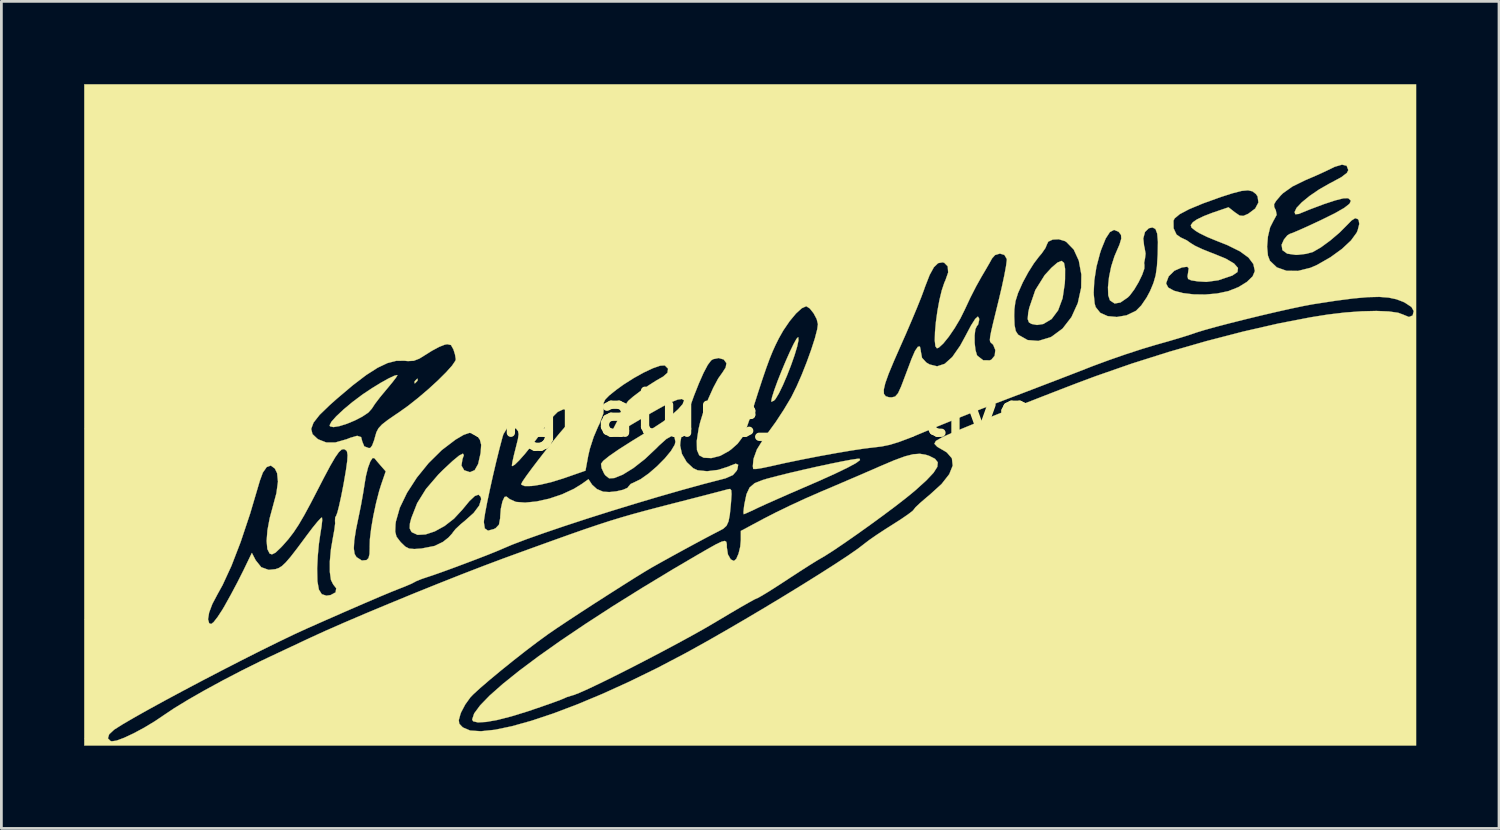
<source format=kicad_pcb>
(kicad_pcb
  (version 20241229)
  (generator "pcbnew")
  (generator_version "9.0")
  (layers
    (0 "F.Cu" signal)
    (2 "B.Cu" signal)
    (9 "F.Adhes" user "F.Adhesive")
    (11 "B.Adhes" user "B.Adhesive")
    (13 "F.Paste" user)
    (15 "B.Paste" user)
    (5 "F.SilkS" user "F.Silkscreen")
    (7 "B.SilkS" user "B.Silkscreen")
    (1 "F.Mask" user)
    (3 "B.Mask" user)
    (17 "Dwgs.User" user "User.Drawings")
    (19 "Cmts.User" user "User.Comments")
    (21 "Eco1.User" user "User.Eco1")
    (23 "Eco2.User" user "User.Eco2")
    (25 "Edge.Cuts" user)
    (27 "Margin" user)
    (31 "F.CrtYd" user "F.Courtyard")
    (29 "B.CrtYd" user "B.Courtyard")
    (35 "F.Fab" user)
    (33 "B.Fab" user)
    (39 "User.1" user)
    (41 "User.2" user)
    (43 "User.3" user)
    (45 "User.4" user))
  (footprint "signature_positive"
    (layer "F.Cu")
    (at 24.135 11.943)
    (property "Reference" "signature_positive" (at 0 0 0) (layer "F.SilkS") (effects (font (size 1.524 1.524) (thickness 0.3))))
    (attr through_hole)
    (fp_poly (pts (xy -12.049 -1.215) (xy -12.065 -1.185) (xy -12.145 -1.104) (xy -12.16 -1.101) (xy -12.165 -1.155) (xy -12.15 -1.185) (xy -12.07 -1.266) (xy -12.055 -1.27) (xy -12.049 -1.215)) (stroke (width 0.01) (type solid)) (fill yes) (layer "F.SilkS"))
    (fp_poly (pts (xy 11.372 -5.468) (xy 11.411 -5.254) (xy 11.409 -4.887) (xy 11.401 -4.733) (xy 11.321 -4.187) (xy 11.158 -3.748) (xy 10.922 -3.432) (xy 10.623 -3.253) (xy 10.394 -3.217) (xy 10.198 -3.254) (xy 10.102 -3.31) (xy 10.056 -3.431) (xy 10.075 -3.659) (xy 10.113 -3.839) (xy 10.333 -4.482) (xy 10.672 -5.023) (xy 10.918 -5.291) (xy 11.134 -5.477) (xy 11.282 -5.539) (xy 11.372 -5.468)) (stroke (width 0.01) (type solid)) (fill yes) (layer "F.SilkS"))
    (fp_poly (pts (xy 1.741 -2.774) (xy 1.75 -2.66) (xy 1.7 -2.429) (xy 1.605 -2.115) (xy 1.478 -1.753) (xy 1.332 -1.379) (xy 1.181 -1.028) (xy 1.039 -0.736) (xy 0.918 -0.536) (xy 0.858 -0.472) (xy 0.771 -0.438) (xy 0.762 -0.447) (xy 0.792 -0.601) (xy 0.873 -0.856) (xy 0.991 -1.18) (xy 1.134 -1.54) (xy 1.287 -1.905) (xy 1.437 -2.243) (xy 1.571 -2.522) (xy 1.676 -2.711) (xy 1.737 -2.776) (xy 1.741 -2.774)) (stroke (width 0.01) (type solid)) (fill yes) (layer "F.SilkS"))
    (fp_poly (pts (xy -12.785 -1.392) (xy -12.836 -1.308) (xy -12.972 -1.132) (xy -13.164 -0.9) (xy -13.197 -0.861) (xy -13.416 -0.597) (xy -13.599 -0.356) (xy -13.709 -0.188) (xy -13.713 -0.182) (xy -13.837 -0.044) (xy -14.054 0.102) (xy -14.326 0.243) (xy -14.615 0.363) (xy -14.886 0.448) (xy -15.102 0.484) (xy -15.225 0.456) (xy -15.24 0.417) (xy -15.175 0.29) (xy -14.998 0.091) (xy -14.735 -0.155) (xy -14.414 -0.423) (xy -14.061 -0.688) (xy -14.012 -0.722) (xy -13.699 -0.93) (xy -13.39 -1.12) (xy -13.115 -1.273) (xy -12.906 -1.373) (xy -12.795 -1.403) (xy -12.785 -1.392)) (stroke (width 0.01) (type solid)) (fill yes) (layer "F.SilkS"))
    (fp_poly (pts (xy 3.98 1.679) (xy 3.836 1.786) (xy 3.534 1.95) (xy 3.074 2.172) (xy 2.457 2.45) (xy 1.897 2.692) (xy 1.438 2.891) (xy 0.995 3.086) (xy 0.608 3.258) (xy 0.321 3.389) (xy 0.252 3.422) (xy 0.005 3.539) (xy -0.173 3.618) (xy -0.235 3.641) (xy -0.244 3.566) (xy -0.225 3.379) (xy -0.211 3.281) (xy -0.134 2.915) (xy -0.022 2.674) (xy 0.161 2.517) (xy 0.455 2.4) (xy 0.593 2.359) (xy 0.978 2.257) (xy 1.431 2.145) (xy 1.922 2.03) (xy 2.42 1.918) (xy 2.895 1.816) (xy 3.318 1.73) (xy 3.659 1.666) (xy 3.887 1.632) (xy 3.966 1.63) (xy 3.98 1.679)) (stroke (width 0.01) (type solid)) (fill yes) (layer "F.SilkS"))
    (fp_poly (pts (xy 6.365 1.487) (xy 6.491 1.529) (xy 6.698 1.634) (xy 6.797 1.76) (xy 6.781 1.923) (xy 6.645 2.137) (xy 6.382 2.416) (xy 5.986 2.774) (xy 5.938 2.815) (xy 5.653 3.048) (xy 5.277 3.34) (xy 4.837 3.669) (xy 4.364 4.015) (xy 3.885 4.357) (xy 3.431 4.674) (xy 3.03 4.946) (xy 2.711 5.15) (xy 2.54 5.25) (xy 2.393 5.336) (xy 2.138 5.495) (xy 1.807 5.707) (xy 1.432 5.951) (xy 1.32 6.025) (xy 0.954 6.263) (xy 0.638 6.463) (xy 0.397 6.608) (xy 0.261 6.683) (xy 0.242 6.689) (xy 0.151 6.73) (xy -0.061 6.847) (xy -0.372 7.025) (xy -0.757 7.251) (xy -1.193 7.511) (xy -1.248 7.544) (xy -1.644 7.776) (xy -2.123 8.044) (xy -2.66 8.337) (xy -3.234 8.643) (xy -3.823 8.951) (xy -4.403 9.249) (xy -4.954 9.526) (xy -5.451 9.771) (xy -5.873 9.971) (xy -6.198 10.116) (xy -6.402 10.194) (xy -6.434 10.202) (xy -6.648 10.269) (xy -6.747 10.314) (xy -6.88 10.369) (xy -7.14 10.465) (xy -7.495 10.59) (xy -7.91 10.732) (xy -8.07 10.786) (xy -8.651 10.965) (xy -9.155 11.094) (xy -9.567 11.168) (xy -9.867 11.185) (xy -10.04 11.144) (xy -10.075 11.08) (xy -10.002 10.86) (xy -9.786 10.568) (xy -9.437 10.208) (xy -8.962 9.788) (xy -8.369 9.312) (xy -7.667 8.787) (xy -6.863 8.219) (xy -5.965 7.614) (xy -4.983 6.977) (xy -3.922 6.315) (xy -2.793 5.632) (xy -1.968 5.148) (xy -1.541 4.901) (xy -1.239 4.732) (xy -1.04 4.637) (xy -0.923 4.608) (xy -0.867 4.64) (xy -0.848 4.728) (xy -0.847 4.842) (xy -0.807 5.098) (xy -0.705 5.278) (xy -0.589 5.334) (xy -0.504 5.259) (xy -0.422 5.069) (xy -0.361 4.818) (xy -0.339 4.575) (xy -0.339 4.246) (xy 0.529 3.782) (xy 0.952 3.566) (xy 1.467 3.317) (xy 2.012 3.066) (xy 2.522 2.843) (xy 2.54 2.835) (xy 3.07 2.61) (xy 3.662 2.356) (xy 4.243 2.106) (xy 4.725 1.896) (xy 5.227 1.683) (xy 5.611 1.543) (xy 5.907 1.468) (xy 6.148 1.451) (xy 6.365 1.487)) (stroke (width 0.01) (type solid)) (fill yes) (layer "F.SilkS"))
    (fp_poly (pts (xy 24.13 12.023) (xy -24.13 12.023) (xy -24.13 11.762) (xy -23.275 11.762) (xy -23.182 11.857) (xy -23.135 11.87) (xy -22.965 11.846) (xy -22.69 11.744) (xy -22.343 11.582) (xy -21.96 11.376) (xy -21.574 11.143) (xy -21.251 10.925) (xy -20.867 10.668) (xy -20.359 10.359) (xy -19.761 10.017) (xy -19.103 9.659) (xy -18.419 9.303) (xy -17.74 8.966) (xy -17.484 8.844) (xy -17.048 8.639) (xy -16.615 8.435) (xy -16.234 8.256) (xy -15.96 8.127) (xy -15.402 7.872) (xy -14.716 7.571) (xy -13.934 7.237) (xy -13.086 6.883) (xy -12.204 6.52) (xy -11.318 6.163) (xy -10.46 5.823) (xy -9.66 5.514) (xy -8.949 5.247) (xy -8.848 5.21) (xy -7.957 4.886) (xy -7.203 4.614) (xy -6.563 4.385) (xy -6.013 4.192) (xy -5.53 4.029) (xy -5.093 3.887) (xy -4.677 3.76) (xy -4.262 3.64) (xy -3.822 3.52) (xy -3.337 3.392) (xy -2.783 3.249) (xy -2.667 3.22) (xy -2.147 3.086) (xy -1.676 2.965) (xy -1.281 2.862) (xy -0.989 2.786) (xy -0.828 2.743) (xy -0.812 2.738) (xy -0.729 2.725) (xy -0.686 2.772) (xy -0.676 2.911) (xy -0.693 3.178) (xy -0.7 3.271) (xy -0.738 3.651) (xy -0.785 3.9) (xy -0.858 4.059) (xy -0.975 4.166) (xy -1.125 4.247) (xy -1.316 4.345) (xy -1.62 4.505) (xy -1.999 4.708) (xy -2.418 4.935) (xy -2.84 5.166) (xy -3.23 5.382) (xy -3.551 5.562) (xy -3.556 5.565) (xy -3.812 5.717) (xy -4.179 5.943) (xy -4.626 6.225) (xy -5.123 6.541) (xy -5.641 6.873) (xy -6.148 7.202) (xy -6.614 7.508) (xy -7.009 7.771) (xy -7.303 7.973) (xy -7.324 7.987) (xy -7.709 8.268) (xy -8.141 8.596) (xy -8.591 8.949) (xy -9.033 9.305) (xy -9.439 9.642) (xy -9.782 9.937) (xy -10.034 10.167) (xy -10.136 10.272) (xy -10.325 10.534) (xy -10.475 10.818) (xy -10.501 10.888) (xy -10.56 11.102) (xy -10.543 11.231) (xy -10.434 11.347) (xy -10.404 11.371) (xy -10.148 11.48) (xy -9.758 11.505) (xy -9.249 11.452) (xy -8.632 11.323) (xy -7.921 11.124) (xy -7.127 10.859) (xy -6.263 10.531) (xy -5.341 10.146) (xy -4.375 9.706) (xy -3.376 9.218) (xy -2.357 8.684) (xy -2.182 8.588) (xy -1.554 8.239) (xy -0.879 7.853) (xy -0.177 7.444) (xy 0.534 7.022) (xy 1.235 6.599) (xy 1.905 6.188) (xy 2.526 5.8) (xy 3.079 5.447) (xy 3.544 5.141) (xy 3.901 4.893) (xy 4.133 4.715) (xy 4.149 4.702) (xy 4.309 4.58) (xy 4.572 4.397) (xy 4.898 4.183) (xy 5.143 4.028) (xy 5.461 3.825) (xy 5.716 3.65) (xy 5.881 3.525) (xy 5.927 3.473) (xy 5.988 3.393) (xy 6.153 3.237) (xy 6.391 3.032) (xy 6.506 2.937) (xy 6.935 2.547) (xy 7.213 2.192) (xy 7.339 1.88) (xy 7.309 1.614) (xy 7.124 1.401) (xy 7.035 1.346) (xy 6.778 1.197) (xy 6.675 1.087) (xy 6.727 0.987) (xy 6.935 0.866) (xy 7.039 0.816) (xy 7.291 0.704) (xy 7.676 0.542) (xy 8.166 0.341) (xy 8.736 0.11) (xy 9.359 -0.139) (xy 10.01 -0.397) (xy 10.662 -0.652) (xy 11.288 -0.895) (xy 11.863 -1.116) (xy 12.361 -1.302) (xy 12.531 -1.365) (xy 13.83 -1.817) (xy 15.175 -2.242) (xy 16.531 -2.632) (xy 17.862 -2.977) (xy 19.133 -3.268) (xy 20.31 -3.495) (xy 20.936 -3.595) (xy 21.558 -3.669) (xy 22.151 -3.712) (xy 22.689 -3.725) (xy 23.142 -3.707) (xy 23.481 -3.659) (xy 23.664 -3.591) (xy 23.872 -3.506) (xy 24.005 -3.561) (xy 24.045 -3.721) (xy 23.963 -3.868) (xy 23.724 -4.026) (xy 23.665 -4.055) (xy 23.418 -4.149) (xy 23.135 -4.209) (xy 22.795 -4.235) (xy 22.377 -4.225) (xy 21.859 -4.179) (xy 21.22 -4.096) (xy 20.439 -3.976) (xy 20.405 -3.971) (xy 20.066 -3.908) (xy 19.618 -3.814) (xy 19.093 -3.697) (xy 18.524 -3.564) (xy 17.945 -3.423) (xy 17.386 -3.283) (xy 16.882 -3.151) (xy 16.465 -3.035) (xy 16.167 -2.944) (xy 16.087 -2.915) (xy 15.893 -2.85) (xy 15.578 -2.752) (xy 15.183 -2.635) (xy 14.749 -2.512) (xy 14.692 -2.496) (xy 14.195 -2.347) (xy 13.609 -2.156) (xy 12.999 -1.944) (xy 12.432 -1.735) (xy 12.321 -1.692) (xy 11.835 -1.502) (xy 11.239 -1.272) (xy 10.584 -1.021) (xy 9.921 -0.767) (xy 9.298 -0.531) (xy 9.271 -0.52) (xy 8.659 -0.286) (xy 8.013 -0.033) (xy 7.378 0.219) (xy 6.804 0.452) (xy 6.337 0.646) (xy 6.308 0.658) (xy 5.793 0.872) (xy 5.39 1.023) (xy 5.061 1.124) (xy 4.766 1.185) (xy 4.485 1.219) (xy 4.141 1.26) (xy 3.67 1.331) (xy 3.11 1.426) (xy 2.498 1.537) (xy 1.873 1.659) (xy 1.272 1.783) (xy 0.732 1.904) (xy 0.731 1.904) (xy 0.438 1.966) (xy 0.217 2.001) (xy 0.111 2.001) (xy 0.109 2) (xy 0.096 1.898) (xy 0.114 1.695) (xy 0.125 1.621) (xy 0.243 1.295) (xy 0.503 0.877) (xy 0.653 0.676) (xy 0.929 0.296) (xy 1.22 -0.149) (xy 1.471 -0.569) (xy 1.5 -0.621) (xy 1.625 -0.874) (xy 4.84 -0.874) (xy 4.846 -0.72) (xy 4.911 -0.634) (xy 5.032 -0.597) (xy 5.13 -0.593) (xy 5.254 -0.624) (xy 5.358 -0.743) (xy 5.468 -0.983) (xy 5.497 -1.058) (xy 5.636 -1.426) (xy 5.786 -1.824) (xy 5.848 -1.99) (xy 5.973 -2.277) (xy 6.077 -2.428) (xy 6.15 -2.436) (xy 6.181 -2.291) (xy 6.182 -2.265) (xy 6.226 -2.027) (xy 6.38 -1.858) (xy 6.501 -1.786) (xy 6.774 -1.719) (xy 7.047 -1.808) (xy 7.324 -2.057) (xy 7.611 -2.469) (xy 7.796 -2.809) (xy 8.004 -3.201) (xy 8.155 -3.438) (xy 8.251 -3.523) (xy 8.294 -3.458) (xy 8.297 -3.397) (xy 8.26 -3.233) (xy 8.213 -3.175) (xy 8.158 -3.059) (xy 8.133 -2.836) (xy 8.134 -2.567) (xy 8.163 -2.31) (xy 8.216 -2.128) (xy 8.234 -2.1) (xy 8.445 -1.938) (xy 8.682 -1.936) (xy 8.742 -1.962) (xy 8.86 -2.104) (xy 8.883 -2.31) (xy 8.806 -2.498) (xy 8.772 -2.533) (xy 8.727 -2.569) (xy 8.696 -2.609) (xy 8.685 -2.675) (xy 8.696 -2.791) (xy 8.732 -2.981) (xy 8.798 -3.266) (xy 8.867 -3.55) (xy 9.567 -3.55) (xy 9.58 -3.21) (xy 9.623 -2.997) (xy 9.707 -2.868) (xy 9.716 -2.861) (xy 10.053 -2.67) (xy 10.44 -2.639) (xy 10.869 -2.768) (xy 10.927 -2.796) (xy 11.321 -3.087) (xy 11.642 -3.503) (xy 11.871 -4.007) (xy 11.95 -4.366) (xy 12.446 -4.366) (xy 12.482 -3.993) (xy 12.52 -3.864) (xy 12.684 -3.658) (xy 12.954 -3.537) (xy 13.287 -3.506) (xy 13.64 -3.567) (xy 13.97 -3.725) (xy 13.988 -3.738) (xy 14.172 -3.925) (xy 14.367 -4.212) (xy 14.49 -4.443) (xy 14.605 -4.716) (xy 15.073 -4.716) (xy 15.149 -4.572) (xy 15.361 -4.456) (xy 15.676 -4.373) (xy 16.061 -4.326) (xy 16.486 -4.32) (xy 16.916 -4.357) (xy 17.322 -4.442) (xy 17.337 -4.447) (xy 17.696 -4.59) (xy 17.998 -4.776) (xy 18.207 -4.978) (xy 18.288 -5.17) (xy 18.288 -5.175) (xy 18.232 -5.427) (xy 18.057 -5.66) (xy 17.749 -5.885) (xy 17.408 -6.054) (xy 18.731 -6.054) (xy 18.761 -5.732) (xy 18.833 -5.543) (xy 19.084 -5.304) (xy 19.434 -5.181) (xy 19.852 -5.176) (xy 20.31 -5.291) (xy 20.548 -5.396) (xy 21.028 -5.671) (xy 21.445 -5.973) (xy 21.771 -6.278) (xy 21.976 -6.559) (xy 22.014 -6.649) (xy 22.072 -6.878) (xy 22.05 -7.013) (xy 22.015 -7.056) (xy 21.923 -7.087) (xy 21.792 -7.004) (xy 21.646 -6.855) (xy 21.357 -6.565) (xy 21.018 -6.277) (xy 20.681 -6.03) (xy 20.399 -5.867) (xy 20.38 -5.858) (xy 20.141 -5.794) (xy 19.844 -5.759) (xy 19.769 -5.757) (xy 19.46 -5.802) (xy 19.286 -5.929) (xy 19.257 -6.123) (xy 19.342 -6.313) (xy 19.464 -6.462) (xy 19.557 -6.519) (xy 19.659 -6.554) (xy 19.883 -6.649) (xy 20.199 -6.79) (xy 20.577 -6.966) (xy 20.698 -7.023) (xy 21.188 -7.265) (xy 21.525 -7.458) (xy 21.716 -7.607) (xy 21.769 -7.718) (xy 21.69 -7.797) (xy 21.654 -7.812) (xy 21.494 -7.806) (xy 21.2 -7.732) (xy 20.791 -7.597) (xy 20.285 -7.407) (xy 19.875 -7.24) (xy 19.753 -7.23) (xy 19.727 -7.307) (xy 19.798 -7.459) (xy 19.99 -7.662) (xy 20.273 -7.893) (xy 20.617 -8.128) (xy 20.992 -8.342) (xy 21.07 -8.382) (xy 21.426 -8.575) (xy 21.624 -8.728) (xy 21.674 -8.829) (xy 21.615 -8.986) (xy 21.446 -9.027) (xy 21.181 -8.949) (xy 21.093 -8.906) (xy 20.852 -8.789) (xy 20.521 -8.638) (xy 20.166 -8.485) (xy 20.122 -8.467) (xy 19.65 -8.236) (xy 19.308 -7.993) (xy 19.222 -7.907) (xy 19.056 -7.712) (xy 18.984 -7.592) (xy 18.988 -7.493) (xy 19.048 -7.369) (xy 19.077 -7.206) (xy 18.975 -7.017) (xy 18.969 -7.009) (xy 18.841 -6.756) (xy 18.76 -6.416) (xy 18.731 -6.054) (xy 17.408 -6.054) (xy 17.295 -6.11) (xy 16.874 -6.277) (xy 16.564 -6.405) (xy 16.284 -6.542) (xy 16.145 -6.625) (xy 15.992 -6.746) (xy 15.966 -6.834) (xy 16.041 -6.939) (xy 16.186 -7.04) (xy 16.439 -7.162) (xy 16.746 -7.281) (xy 16.754 -7.284) (xy 17.333 -7.481) (xy 17.565 -7.299) (xy 17.736 -7.182) (xy 17.87 -7.169) (xy 18.046 -7.245) (xy 18.3 -7.435) (xy 18.417 -7.655) (xy 18.387 -7.876) (xy 18.325 -7.964) (xy 18.204 -8.059) (xy 18.041 -8.097) (xy 17.809 -8.075) (xy 17.477 -7.99) (xy 17.06 -7.856) (xy 16.403 -7.62) (xy 15.906 -7.413) (xy 15.567 -7.234) (xy 15.38 -7.079) (xy 15.339 -6.997) (xy 15.343 -6.719) (xy 15.448 -6.495) (xy 15.6 -6.388) (xy 15.817 -6.286) (xy 15.96 -6.185) (xy 16.119 -6.087) (xy 16.386 -5.962) (xy 16.71 -5.832) (xy 16.777 -5.808) (xy 17.232 -5.622) (xy 17.533 -5.445) (xy 17.676 -5.282) (xy 17.658 -5.136) (xy 17.476 -5.011) (xy 17.462 -5.005) (xy 16.966 -4.838) (xy 16.533 -4.778) (xy 16.227 -4.796) (xy 15.983 -4.834) (xy 15.869 -4.884) (xy 15.847 -4.98) (xy 15.867 -5.103) (xy 15.89 -5.272) (xy 15.837 -5.327) (xy 15.665 -5.305) (xy 15.642 -5.301) (xy 15.372 -5.183) (xy 15.165 -4.979) (xy 15.074 -4.738) (xy 15.073 -4.716) (xy 14.605 -4.716) (xy 14.614 -4.739) (xy 14.694 -5.018) (xy 14.74 -5.343) (xy 14.767 -5.775) (xy 14.767 -5.781) (xy 14.775 -6.229) (xy 14.749 -6.528) (xy 14.686 -6.696) (xy 14.577 -6.751) (xy 14.446 -6.723) (xy 14.306 -6.587) (xy 14.244 -6.352) (xy 14.275 -6.075) (xy 14.288 -6.034) (xy 14.327 -5.803) (xy 14.307 -5.63) (xy 14.274 -5.464) (xy 14.285 -5.392) (xy 14.282 -5.258) (xy 14.204 -5.034) (xy 14.074 -4.766) (xy 13.916 -4.501) (xy 13.755 -4.286) (xy 13.685 -4.216) (xy 13.417 -4.031) (xy 13.207 -3.995) (xy 13.038 -4.107) (xy 13.037 -4.108) (xy 12.975 -4.29) (xy 12.965 -4.585) (xy 13.003 -4.948) (xy 13.082 -5.335) (xy 13.198 -5.7) (xy 13.248 -5.818) (xy 13.385 -6.136) (xy 13.447 -6.344) (xy 13.438 -6.479) (xy 13.362 -6.581) (xy 13.34 -6.6) (xy 13.185 -6.663) (xy 13.034 -6.583) (xy 12.883 -6.352) (xy 12.724 -5.961) (xy 12.678 -5.823) (xy 12.547 -5.328) (xy 12.469 -4.827) (xy 12.446 -4.366) (xy 11.95 -4.366) (xy 11.994 -4.566) (xy 12.001 -5.044) (xy 11.908 -5.55) (xy 11.724 -5.951) (xy 11.461 -6.222) (xy 11.397 -6.26) (xy 11.182 -6.323) (xy 10.963 -6.312) (xy 10.802 -6.237) (xy 10.753 -6.137) (xy 10.699 -6.006) (xy 10.563 -5.809) (xy 10.46 -5.688) (xy 10.279 -5.449) (xy 10.073 -5.122) (xy 9.884 -4.772) (xy 9.868 -4.738) (xy 9.705 -4.373) (xy 9.613 -4.08) (xy 9.574 -3.788) (xy 9.567 -3.55) (xy 8.867 -3.55) (xy 8.897 -3.672) (xy 9.019 -4.17) (xy 9.125 -4.621) (xy 9.211 -5.025) (xy 9.271 -5.35) (xy 9.298 -5.56) (xy 9.298 -5.609) (xy 9.211 -5.756) (xy 9.049 -5.804) (xy 8.874 -5.751) (xy 8.765 -5.63) (xy 8.678 -5.472) (xy 8.535 -5.224) (xy 8.375 -4.953) (xy 8.186 -4.615) (xy 7.977 -4.205) (xy 7.792 -3.81) (xy 7.782 -3.788) (xy 7.612 -3.445) (xy 7.409 -3.103) (xy 7.197 -2.792) (xy 6.998 -2.546) (xy 6.837 -2.399) (xy 6.767 -2.371) (xy 6.711 -2.447) (xy 6.689 -2.655) (xy 6.697 -2.96) (xy 6.73 -3.328) (xy 6.785 -3.725) (xy 6.857 -4.118) (xy 6.942 -4.471) (xy 7.036 -4.752) (xy 7.074 -4.834) (xy 7.174 -5.12) (xy 7.158 -5.342) (xy 7.032 -5.471) (xy 6.969 -5.487) (xy 6.809 -5.457) (xy 6.656 -5.309) (xy 6.502 -5.028) (xy 6.334 -4.597) (xy 6.301 -4.501) (xy 6.203 -4.236) (xy 6.05 -3.855) (xy 5.858 -3.396) (xy 5.644 -2.897) (xy 5.468 -2.5) (xy 5.207 -1.907) (xy 5.017 -1.45) (xy 4.896 -1.111) (xy 4.84 -0.874) (xy 1.625 -0.874) (xy 1.678 -0.98) (xy 1.866 -1.408) (xy 2.048 -1.868) (xy 2.212 -2.322) (xy 2.344 -2.731) (xy 2.429 -3.059) (xy 2.455 -3.248) (xy 2.409 -3.432) (xy 2.298 -3.641) (xy 2.16 -3.815) (xy 2.036 -3.894) (xy 2.029 -3.895) (xy 1.87 -3.824) (xy 1.661 -3.634) (xy 1.428 -3.354) (xy 1.197 -3.015) (xy 1.036 -2.73) (xy 0.92 -2.497) (xy 0.812 -2.259) (xy 0.704 -1.992) (xy 0.586 -1.671) (xy 0.449 -1.271) (xy 0.284 -0.769) (xy 0.084 -0.139) (xy -0.014 0.169) (xy -0.154 0.577) (xy -0.292 0.867) (xy -0.458 1.087) (xy -0.683 1.286) (xy -0.778 1.356) (xy -1.089 1.526) (xy -1.407 1.607) (xy -1.684 1.594) (xy -1.846 1.507) (xy -1.929 1.314) (xy -1.936 0.987) (xy -1.869 0.546) (xy -1.814 0.313) (xy -1.688 -0.098) (xy -1.522 -0.532) (xy -1.339 -0.94) (xy -1.159 -1.277) (xy -1.005 -1.494) (xy -0.888 -1.676) (xy -0.861 -1.834) (xy -0.959 -1.967) (xy -1.144 -2.019) (xy -1.345 -1.977) (xy -1.415 -1.933) (xy -1.538 -1.77) (xy -1.692 -1.479) (xy -1.862 -1.094) (xy -2.038 -0.651) (xy -2.205 -0.184) (xy -2.351 0.271) (xy -2.463 0.68) (xy -2.528 1.007) (xy -2.54 1.148) (xy -2.473 1.458) (xy -2.301 1.753) (xy -2.064 1.975) (xy -1.905 2.049) (xy -1.561 2.083) (xy -1.159 2.034) (xy -0.783 1.913) (xy -0.733 1.889) (xy -0.524 1.809) (xy -0.435 1.848) (xy -0.464 2.008) (xy -0.487 2.062) (xy -0.625 2.221) (xy -0.889 2.338) (xy -0.988 2.364) (xy -1.704 2.55) (xy -2.494 2.768) (xy -3.333 3.009) (xy -4.198 3.267) (xy -5.066 3.533) (xy -5.913 3.801) (xy -6.715 4.064) (xy -7.448 4.313) (xy -8.09 4.54) (xy -8.617 4.74) (xy -9.004 4.904) (xy -9.017 4.91) (xy -9.218 4.995) (xy -9.537 5.123) (xy -9.936 5.277) (xy -10.372 5.442) (xy -10.806 5.604) (xy -11.197 5.746) (xy -11.505 5.854) (xy -11.642 5.899) (xy -11.899 5.985) (xy -12.092 6.062) (xy -12.15 6.093) (xy -12.271 6.157) (xy -12.496 6.253) (xy -12.7 6.333) (xy -12.996 6.451) (xy -13.433 6.633) (xy -13.999 6.876) (xy -14.681 7.172) (xy -15.466 7.517) (xy -16.087 7.792) (xy -16.557 8.008) (xy -17.121 8.28) (xy -17.758 8.594) (xy -18.443 8.94) (xy -19.156 9.306) (xy -19.874 9.68) (xy -20.575 10.051) (xy -21.236 10.406) (xy -21.836 10.735) (xy -22.351 11.025) (xy -22.759 11.264) (xy -23.04 11.442) (xy -23.05 11.449) (xy -23.23 11.617) (xy -23.275 11.762) (xy -24.13 11.762) (xy -24.13 7.446) (xy -19.647 7.446) (xy -19.606 7.591) (xy -19.533 7.62) (xy -19.444 7.551) (xy -19.3 7.367) (xy -19.126 7.1) (xy -19.046 6.964) (xy -18.822 6.561) (xy -18.583 6.112) (xy -18.379 5.708) (xy -18.363 5.676) (xy -18.058 5.043) (xy -17.92 5.309) (xy -17.718 5.561) (xy -17.449 5.658) (xy -17.202 5.632) (xy -17.084 5.591) (xy -16.966 5.517) (xy -16.83 5.389) (xy -16.655 5.186) (xy -16.424 4.888) (xy -16.116 4.474) (xy -16.076 4.419) (xy -15.859 4.132) (xy -15.678 3.91) (xy -15.556 3.78) (xy -15.517 3.759) (xy -15.509 3.858) (xy -15.532 4.075) (xy -15.577 4.35) (xy -15.629 4.712) (xy -15.67 5.153) (xy -15.692 5.583) (xy -15.693 5.62) (xy -15.683 6.07) (xy -15.63 6.371) (xy -15.525 6.539) (xy -15.359 6.593) (xy -15.205 6.571) (xy -15.025 6.473) (xy -15.001 6.325) (xy -15.113 6.181) (xy -15.192 6.022) (xy -15.232 5.735) (xy -15.233 5.354) (xy -15.193 4.917) (xy -15.188 4.886) (xy -14.364 4.886) (xy -14.335 5.079) (xy -14.267 5.195) (xy -14.072 5.319) (xy -13.901 5.302) (xy -13.831 5.231) (xy -13.794 5.081) (xy -13.788 4.853) (xy -13.789 4.822) (xy -13.781 4.544) (xy -13.748 4.273) (xy -12.864 4.273) (xy -12.817 4.454) (xy -12.686 4.628) (xy -12.648 4.67) (xy -12.497 4.815) (xy -12.358 4.886) (xy -12.169 4.902) (xy -11.912 4.884) (xy -11.437 4.791) (xy -11.133 4.644) (xy -10.932 4.485) (xy -10.795 4.335) (xy -10.778 4.306) (xy -10.675 4.177) (xy -10.484 3.998) (xy -10.403 3.932) (xy -9.652 3.932) (xy -9.617 4.156) (xy -9.501 4.236) (xy -9.292 4.18) (xy -9.223 4.146) (xy -9.103 4.018) (xy -9.06 3.783) (xy -9.059 3.728) (xy -9.036 3.444) (xy -8.98 3.191) (xy -8.973 3.169) (xy -8.902 3.015) (xy -8.829 3.002) (xy -8.719 3.091) (xy -8.494 3.194) (xy -8.157 3.22) (xy -7.742 3.179) (xy -7.285 3.078) (xy -6.823 2.923) (xy -6.389 2.722) (xy -6.101 2.544) (xy -5.86 2.372) (xy -5.73 2.571) (xy -5.554 2.73) (xy -5.328 2.825) (xy -5.105 2.838) (xy -4.847 2.811) (xy -4.608 2.756) (xy -4.444 2.684) (xy -4.403 2.627) (xy -4.332 2.545) (xy -4.218 2.493) (xy -3.969 2.371) (xy -3.677 2.164) (xy -3.375 1.903) (xy -3.096 1.622) (xy -2.872 1.351) (xy -2.735 1.123) (xy -2.709 1.016) (xy -2.744 0.845) (xy -2.851 0.81) (xy -3.037 0.913) (xy -3.307 1.155) (xy -3.398 1.248) (xy -3.813 1.639) (xy -4.231 1.967) (xy -4.619 2.207) (xy -4.925 2.33) (xy -5.112 2.34) (xy -5.249 2.231) (xy -5.292 2.171) (xy -5.385 1.97) (xy -5.405 1.813) (xy -5.326 1.708) (xy -5.115 1.537) (xy -4.769 1.297) (xy -4.282 0.987) (xy -3.651 0.601) (xy -3.503 0.513) (xy -3.163 0.291) (xy -2.855 0.057) (xy -2.608 -0.165) (xy -2.446 -0.351) (xy -2.397 -0.476) (xy -2.403 -0.492) (xy -2.479 -0.535) (xy -2.628 -0.513) (xy -2.862 -0.42) (xy -3.199 -0.248) (xy -3.651 0.007) (xy -4.005 0.216) (xy -4.355 0.423) (xy -4.649 0.594) (xy -4.859 0.712) (xy -4.955 0.761) (xy -4.958 0.762) (xy -5 0.698) (xy -4.949 0.523) (xy -4.816 0.263) (xy -4.741 0.141) (xy -4.601 -0.1) (xy -4.508 -0.295) (xy -4.487 -0.373) (xy -4.421 -0.464) (xy -4.245 -0.618) (xy -3.993 -0.809) (xy -3.702 -1.013) (xy -3.405 -1.203) (xy -3.154 -1.346) (xy -2.999 -1.483) (xy -2.976 -1.633) (xy -3.089 -1.747) (xy -3.101 -1.751) (xy -3.26 -1.742) (xy -3.523 -1.651) (xy -3.856 -1.495) (xy -4.223 -1.291) (xy -4.591 -1.057) (xy -4.849 -0.871) (xy -5.109 -0.663) (xy -5.254 -0.515) (xy -5.312 -0.394) (xy -5.306 -0.264) (xy -5.305 -0.258) (xy -5.322 -0.007) (xy -5.455 0.349) (xy -5.515 0.471) (xy -5.674 0.845) (xy -5.81 1.267) (xy -5.869 1.518) (xy -5.969 2.063) (xy -6.773 2.343) (xy -7.203 2.476) (xy -7.598 2.569) (xy -7.931 2.619) (xy -8.171 2.621) (xy -8.29 2.572) (xy -8.297 2.545) (xy -8.247 2.45) (xy -8.111 2.252) (xy -7.911 1.98) (xy -7.669 1.662) (xy -7.407 1.326) (xy -7.147 1) (xy -6.912 0.712) (xy -6.722 0.492) (xy -6.601 0.366) (xy -6.587 0.355) (xy -6.465 0.196) (xy -6.444 0.015) (xy -6.527 -0.121) (xy -6.562 -0.139) (xy -6.767 -0.163) (xy -6.976 -0.066) (xy -7.207 0.164) (xy -7.472 0.53) (xy -7.697 0.855) (xy -7.935 1.172) (xy -8.167 1.459) (xy -8.373 1.691) (xy -8.531 1.845) (xy -8.622 1.898) (xy -8.636 1.876) (xy -8.615 1.74) (xy -8.561 1.496) (xy -8.491 1.22) (xy -8.417 0.922) (xy -8.391 0.74) (xy -8.413 0.629) (xy -8.476 0.547) (xy -8.649 0.458) (xy -8.812 0.526) (xy -8.942 0.738) (xy -8.973 0.834) (xy -9.088 1.27) (xy -9.209 1.759) (xy -9.328 2.268) (xy -9.438 2.764) (xy -9.533 3.214) (xy -9.604 3.585) (xy -9.645 3.844) (xy -9.652 3.932) (xy -10.403 3.932) (xy -10.342 3.882) (xy -10.022 3.596) (xy -9.82 3.327) (xy -9.749 3.097) (xy -9.764 3.014) (xy -9.844 2.932) (xy -9.978 2.98) (xy -10.175 3.165) (xy -10.435 3.48) (xy -10.734 3.802) (xy -11.075 4.067) (xy -11.429 4.262) (xy -11.765 4.373) (xy -12.052 4.389) (xy -12.258 4.295) (xy -12.279 4.273) (xy -12.339 4.152) (xy -12.331 3.978) (xy -12.281 3.786) (xy -12.068 3.241) (xy -11.748 2.726) (xy -11.3 2.204) (xy -11.131 2.035) (xy -10.784 1.711) (xy -10.545 1.514) (xy -10.41 1.445) (xy -10.377 1.501) (xy -10.428 1.648) (xy -10.463 1.878) (xy -10.364 2.049) (xy -10.155 2.117) (xy -10.153 2.117) (xy -9.984 2.045) (xy -9.859 1.823) (xy -9.773 1.444) (xy -9.766 1.399) (xy -9.748 1.123) (xy -9.795 0.941) (xy -9.865 0.845) (xy -10.013 0.72) (xy -10.172 0.692) (xy -10.383 0.764) (xy -10.676 0.936) (xy -11.177 1.317) (xy -11.653 1.787) (xy -12.081 2.315) (xy -12.437 2.866) (xy -12.698 3.407) (xy -12.84 3.906) (xy -12.853 4.005) (xy -12.864 4.273) (xy -13.748 4.273) (xy -13.734 4.153) (xy -13.656 3.699) (xy -13.556 3.232) (xy -13.445 2.8) (xy -13.371 2.564) (xy -13.207 2.087) (xy -13.398 1.869) (xy -13.533 1.712) (xy -13.609 1.618) (xy -13.612 1.614) (xy -13.681 1.601) (xy -13.764 1.724) (xy -13.85 1.953) (xy -13.925 2.255) (xy -13.959 2.455) (xy -14.025 2.87) (xy -14.104 3.313) (xy -14.171 3.641) (xy -14.284 4.188) (xy -14.348 4.596) (xy -14.364 4.886) (xy -15.188 4.886) (xy -15.12 4.487) (xy -15.067 4.197) (xy -15.04 3.975) (xy -15.045 3.87) (xy -15.037 3.753) (xy -15.005 3.7) (xy -14.96 3.582) (xy -14.896 3.332) (xy -14.82 2.985) (xy -14.74 2.576) (xy -14.729 2.516) (xy -14.648 2.044) (xy -14.602 1.712) (xy -14.59 1.497) (xy -14.61 1.373) (xy -14.635 1.333) (xy -14.714 1.281) (xy -14.801 1.295) (xy -14.906 1.39) (xy -15.041 1.582) (xy -15.218 1.886) (xy -15.448 2.318) (xy -15.628 2.667) (xy -15.921 3.233) (xy -16.16 3.675) (xy -16.363 4.022) (xy -16.548 4.301) (xy -16.733 4.542) (xy -16.937 4.774) (xy -17.004 4.845) (xy -17.2 5.032) (xy -17.33 5.096) (xy -17.414 5.067) (xy -17.497 4.901) (xy -17.523 4.609) (xy -17.494 4.225) (xy -17.412 3.784) (xy -17.316 3.429) (xy -17.169 2.881) (xy -17.112 2.461) (xy -17.143 2.153) (xy -17.225 1.985) (xy -17.371 1.878) (xy -17.52 1.931) (xy -17.661 2.133) (xy -17.767 2.421) (xy -18.121 3.618) (xy -18.465 4.648) (xy -18.798 5.511) (xy -19.119 6.207) (xy -19.305 6.543) (xy -19.491 6.894) (xy -19.607 7.204) (xy -19.647 7.446) (xy -24.13 7.446) (xy -24.13 0.55) (xy -15.909 0.55) (xy -15.861 0.738) (xy -15.686 0.904) (xy -15.642 0.932) (xy -15.359 1.042) (xy -15.031 1.04) (xy -14.624 0.924) (xy -14.495 0.873) (xy -14.242 0.8) (xy -14.099 0.846) (xy -14.055 1.014) (xy -13.985 1.182) (xy -13.819 1.244) (xy -13.764 1.237) (xy -13.699 1.15) (xy -13.625 0.953) (xy -13.595 0.842) (xy -13.544 0.667) (xy -13.469 0.526) (xy -13.342 0.389) (xy -13.134 0.227) (xy -12.817 0.009) (xy -12.742 -0.04) (xy -12.397 -0.286) (xy -12.028 -0.578) (xy -11.66 -0.892) (xy -11.317 -1.206) (xy -11.024 -1.497) (xy -10.804 -1.742) (xy -10.684 -1.919) (xy -10.668 -1.974) (xy -10.697 -2.149) (xy -10.754 -2.332) (xy -10.843 -2.49) (xy -10.978 -2.52) (xy -11.071 -2.502) (xy -11.269 -2.424) (xy -11.534 -2.282) (xy -11.726 -2.161) (xy -11.989 -1.998) (xy -12.191 -1.92) (xy -12.402 -1.908) (xy -12.536 -1.921) (xy -12.827 -1.918) (xy -13.143 -1.837) (xy -13.5 -1.668) (xy -13.915 -1.403) (xy -14.401 -1.032) (xy -14.977 -0.545) (xy -15.24 -0.311) (xy -15.603 0.04) (xy -15.824 0.322) (xy -15.909 0.55) (xy -24.13 0.55) (xy -24.13 -11.938) (xy 24.13 -11.938) (xy 24.13 12.023)) (stroke (width 0.01) (type solid)) (fill yes) (layer "F.SilkS")))
  (gr_rect
    (start -3 -3)
    (end 51.27 26.971)
    (stroke (width 0.1) (type default))
    (fill no)
    (layer "Edge.Cuts")))
</source>
